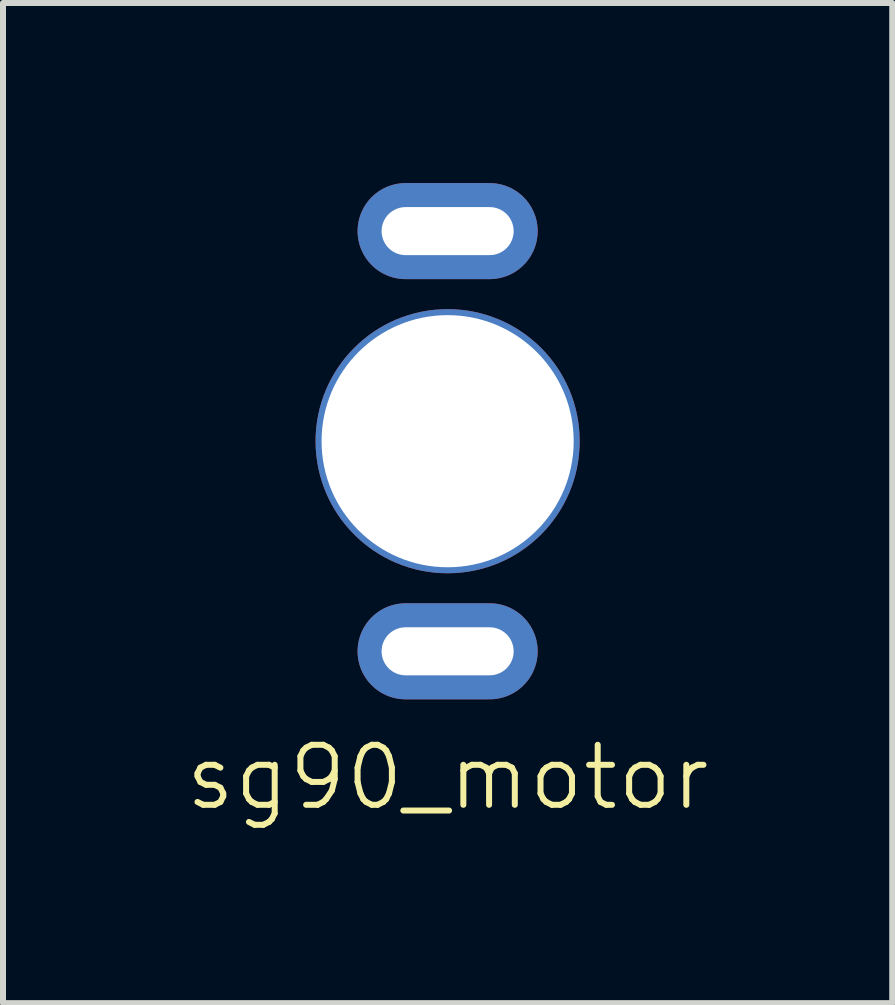
<source format=kicad_pcb>
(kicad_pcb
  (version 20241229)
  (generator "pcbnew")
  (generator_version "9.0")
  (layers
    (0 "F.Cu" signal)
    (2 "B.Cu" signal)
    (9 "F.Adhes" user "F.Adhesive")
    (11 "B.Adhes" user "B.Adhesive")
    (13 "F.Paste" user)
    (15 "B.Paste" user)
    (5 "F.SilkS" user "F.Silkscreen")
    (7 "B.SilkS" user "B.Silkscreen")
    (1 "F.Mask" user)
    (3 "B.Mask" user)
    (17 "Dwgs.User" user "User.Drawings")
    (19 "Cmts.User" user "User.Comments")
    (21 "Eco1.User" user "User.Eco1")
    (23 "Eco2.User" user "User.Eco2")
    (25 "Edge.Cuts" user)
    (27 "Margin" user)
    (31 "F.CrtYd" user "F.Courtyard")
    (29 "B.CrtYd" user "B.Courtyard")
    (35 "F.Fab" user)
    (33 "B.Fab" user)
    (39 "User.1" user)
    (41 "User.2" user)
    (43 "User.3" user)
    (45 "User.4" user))
  (footprint "sg90_motor"
    (layer "F.Cu")
    (at 4.407 4.3)
    (property "Reference" "sg90_motor" (at 0 5.6 0) (unlocked yes) (layer "F.SilkS") (effects (font (size 1 1) (thickness 0.1))))
    (attr through_hole)
    (pad "" thru_hole circle (at 0 0) (size 4.4 4.4) (drill 4.2) (layers "*.Cu" "*.Mask"))
    (pad "1" thru_hole oval (at 0 3.5) (size 3 1.6) (drill oval 2.2 0.8) (layers "*.Cu" "*.Mask"))
    (pad "2" thru_hole oval (at 0 -3.5) (size 3 1.6) (drill oval 2.2 0.8) (layers "*.Cu" "*.Mask")))
  (gr_rect
    (start -3 -3)
    (end 11.814 13.661)
    (stroke (width 0.1) (type default))
    (fill no)
    (layer "Edge.Cuts")))
</source>
